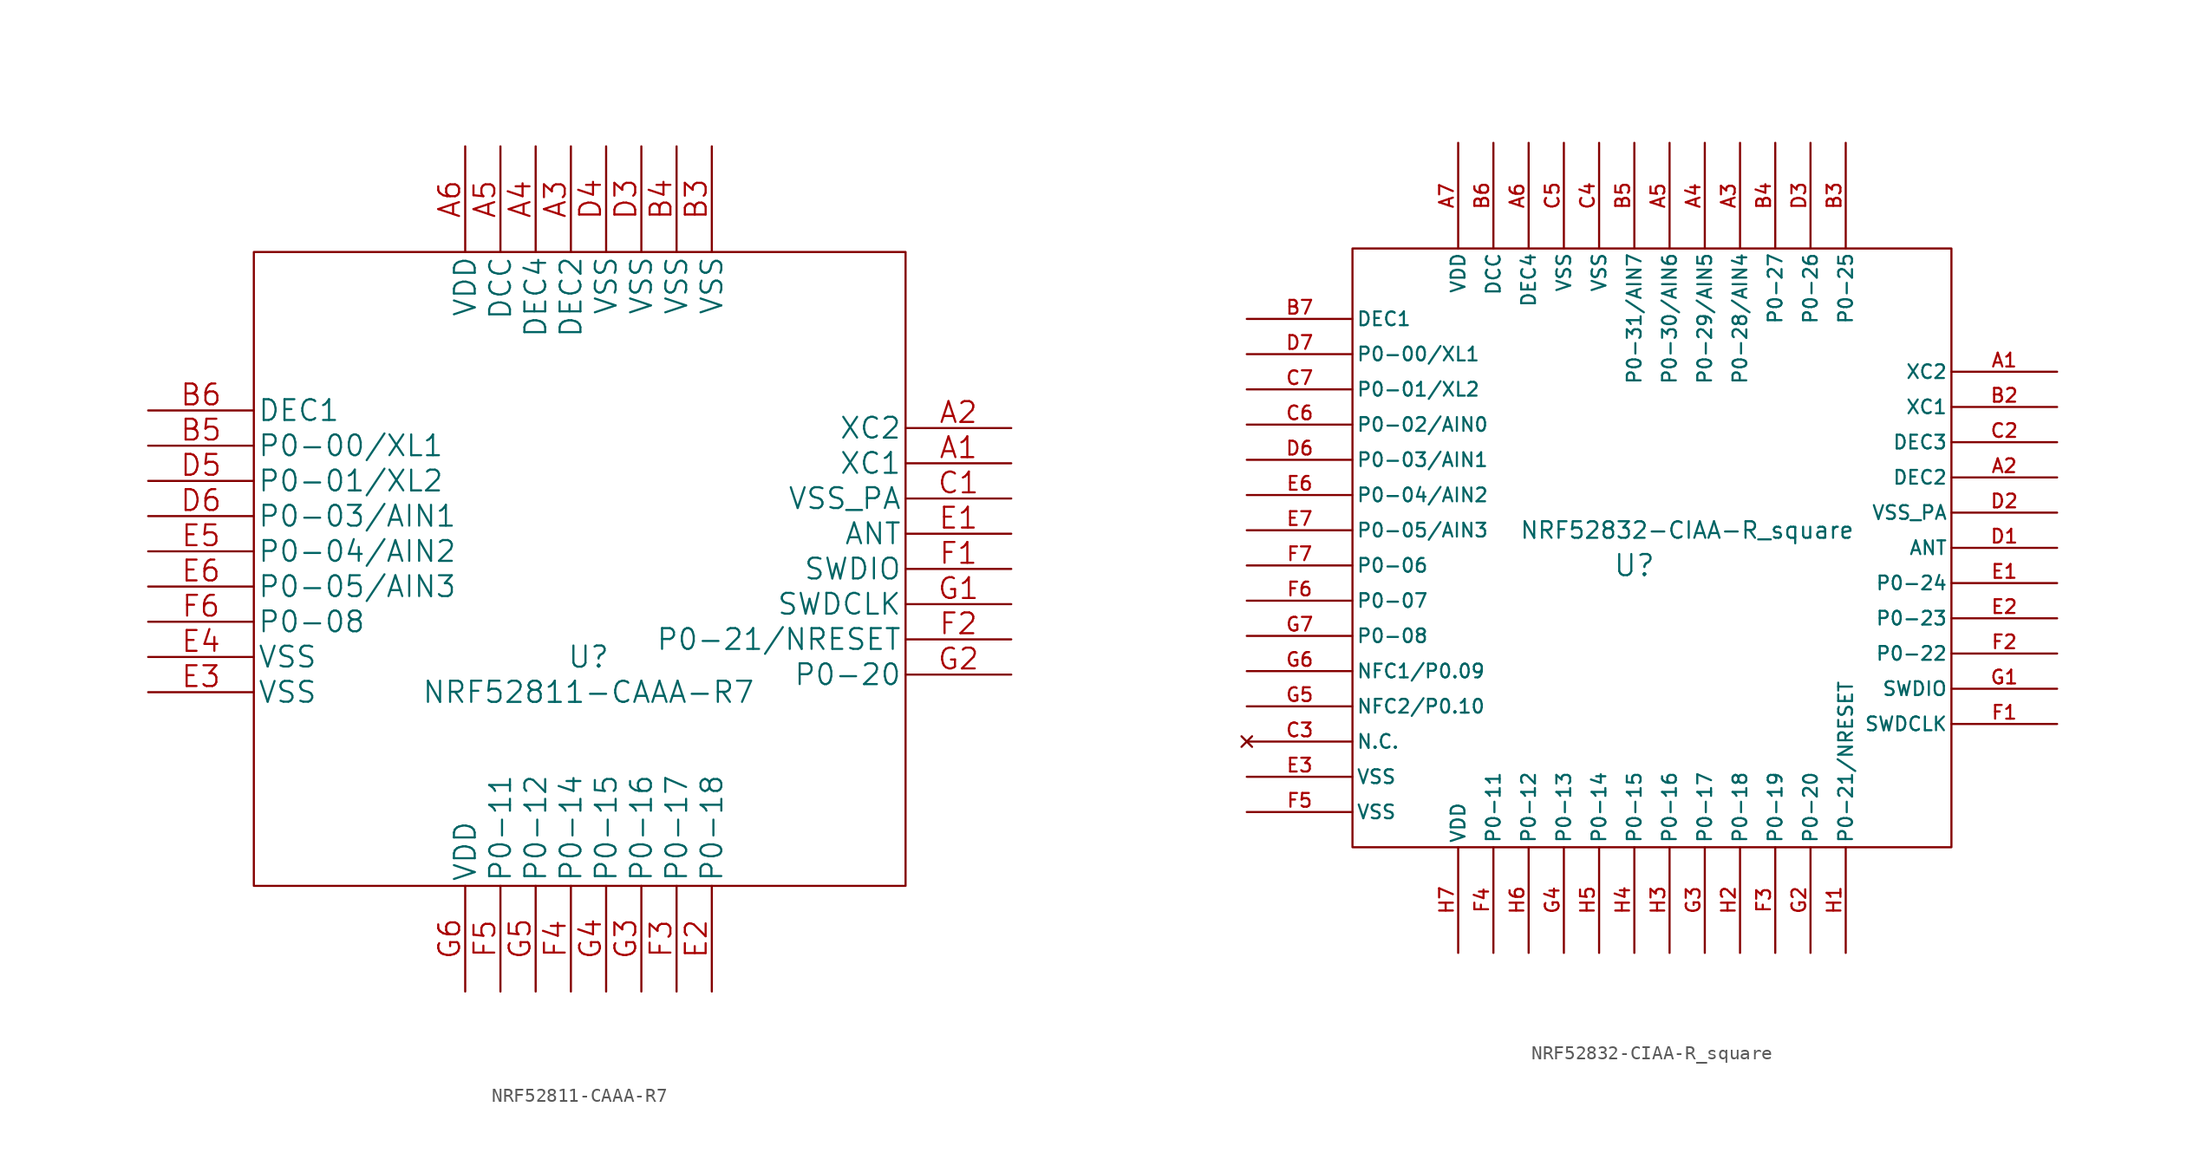
<source format=kicad_sym>
(kicad_symbol_lib
  (version 20220914)
  (generator kicad_symbol_editor)
  (symbol "NRF52811-CAAA-R7"
    (pin_names
      (offset 0.254))
    (property "Reference" "U"
      (at 0 -7.62 0)
      (effects (font (size 1.524 1.524))))
    (property "Value" "NRF52811-CAAA-R7"
      (at 0 -10.16 0)
      (effects (font (size 1.524 1.524))))
    (property "Datasheet" ""
      (at -12.7 21.59 90)
      (effects (font (size 1.524 1.524))))
    (symbol "NRF52811-CAAA-R7_1_1"
      (rectangle (start -24.13 21.59) (end 22.86 -24.13) (stroke (width 0) (type solid)) (fill (type none)))
      (pin input line (at 30.48 6.35 180) (length 7.62) (name "XC1" (effects (font (size 1.499 1.499)))) (number "A1" (effects (font (size 1.499 1.499)))))
      (pin input line (at 30.48 8.89 180) (length 7.62) (name "XC2" (effects (font (size 1.499 1.499)))) (number "A2" (effects (font (size 1.499 1.499)))))
      (pin unspecified line (at -1.27 29.21 270) (length 7.62) (name "DEC2" (effects (font (size 1.499 1.499)))) (number "A3" (effects (font (size 1.499 1.499)))))
      (pin unspecified line (at -3.81 29.21 270) (length 7.62) (name "DEC4" (effects (font (size 1.499 1.499)))) (number "A4" (effects (font (size 1.499 1.499)))))
      (pin output line (at -6.35 29.21 270) (length 7.62) (name "DCC" (effects (font (size 1.499 1.499)))) (number "A5" (effects (font (size 1.499 1.499)))))
      (pin power_in line (at -8.89 29.21 270) (length 7.62) (name "VDD" (effects (font (size 1.499 1.499)))) (number "A6" (effects (font (size 1.499 1.499)))))
      (pin power_in line (at 8.89 29.21 270) (length 7.62) (name "VSS" (effects (font (size 1.499 1.499)))) (number "B3" (effects (font (size 1.499 1.499)))))
      (pin power_in line (at 6.35 29.21 270) (length 7.62) (name "VSS" (effects (font (size 1.499 1.499)))) (number "B4" (effects (font (size 1.499 1.499)))))
      (pin bidirectional line (at -31.75 7.62 0) (length 7.62) (name "P0-00/XL1" (effects (font (size 1.499 1.499)))) (number "B5" (effects (font (size 1.499 1.499)))))
      (pin unspecified line (at -31.75 10.16 0) (length 7.62) (name "DEC1" (effects (font (size 1.499 1.499)))) (number "B6" (effects (font (size 1.499 1.499)))))
      (pin power_in line (at 30.48 3.81 180) (length 7.62) (name "VSS_PA" (effects (font (size 1.499 1.499)))) (number "C1" (effects (font (size 1.499 1.499)))))
      (pin power_in line (at 3.81 29.21 270) (length 7.62) (name "VSS" (effects (font (size 1.499 1.499)))) (number "D3" (effects (font (size 1.499 1.499)))))
      (pin power_in line (at 1.27 29.21 270) (length 7.62) (name "VSS" (effects (font (size 1.499 1.499)))) (number "D4" (effects (font (size 1.499 1.499)))))
      (pin bidirectional line (at -31.75 5.08 0) (length 7.62) (name "P0-01/XL2" (effects (font (size 1.499 1.499)))) (number "D5" (effects (font (size 1.499 1.499)))))
      (pin bidirectional line (at -31.75 2.54 0) (length 7.62) (name "P0-03/AIN1" (effects (font (size 1.499 1.499)))) (number "D6" (effects (font (size 1.499 1.499)))))
      (pin unspecified line (at 30.48 1.27 180) (length 7.62) (name "ANT" (effects (font (size 1.499 1.499)))) (number "E1" (effects (font (size 1.499 1.499)))))
      (pin bidirectional line (at 8.89 -31.75 90) (length 7.62) (name "P0-18" (effects (font (size 1.499 1.499)))) (number "E2" (effects (font (size 1.499 1.499)))))
      (pin power_in line (at -31.75 -10.16 0) (length 7.62) (name "VSS" (effects (font (size 1.499 1.499)))) (number "E3" (effects (font (size 1.499 1.499)))))
      (pin power_in line (at -31.75 -7.62 0) (length 7.62) (name "VSS" (effects (font (size 1.499 1.499)))) (number "E4" (effects (font (size 1.499 1.499)))))
      (pin bidirectional line (at -31.75 0 0) (length 7.62) (name "P0-04/AIN2" (effects (font (size 1.499 1.499)))) (number "E5" (effects (font (size 1.499 1.499)))))
      (pin bidirectional line (at -31.75 -2.54 0) (length 7.62) (name "P0-05/AIN3" (effects (font (size 1.499 1.499)))) (number "E6" (effects (font (size 1.499 1.499)))))
      (pin bidirectional line (at 30.48 -1.27 180) (length 7.62) (name "SWDIO" (effects (font (size 1.499 1.499)))) (number "F1" (effects (font (size 1.499 1.499)))))
      (pin bidirectional line (at 30.48 -6.35 180) (length 7.62) (name "P0-21/NRESET" (effects (font (size 1.499 1.499)))) (number "F2" (effects (font (size 1.499 1.499)))))
      (pin bidirectional line (at 6.35 -31.75 90) (length 7.62) (name "P0-17" (effects (font (size 1.499 1.499)))) (number "F3" (effects (font (size 1.499 1.499)))))
      (pin bidirectional line (at -1.27 -31.75 90) (length 7.62) (name "P0-14" (effects (font (size 1.499 1.499)))) (number "F4" (effects (font (size 1.499 1.499)))))
      (pin bidirectional line (at -6.35 -31.75 90) (length 7.62) (name "P0-11" (effects (font (size 1.499 1.499)))) (number "F5" (effects (font (size 1.499 1.499)))))
      (pin bidirectional line (at -31.75 -5.08 0) (length 7.62) (name "P0-08" (effects (font (size 1.499 1.499)))) (number "F6" (effects (font (size 1.499 1.499)))))
      (pin input line (at 30.48 -3.81 180) (length 7.62) (name "SWDCLK" (effects (font (size 1.499 1.499)))) (number "G1" (effects (font (size 1.499 1.499)))))
      (pin bidirectional line (at 30.48 -8.89 180) (length 7.62) (name "P0-20" (effects (font (size 1.499 1.499)))) (number "G2" (effects (font (size 1.499 1.499)))))
      (pin bidirectional line (at 3.81 -31.75 90) (length 7.62) (name "P0-16" (effects (font (size 1.499 1.499)))) (number "G3" (effects (font (size 1.499 1.499)))))
      (pin bidirectional line (at 1.27 -31.75 90) (length 7.62) (name "P0-15" (effects (font (size 1.499 1.499)))) (number "G4" (effects (font (size 1.499 1.499)))))
      (pin bidirectional line (at -3.81 -31.75 90) (length 7.62) (name "P0-12" (effects (font (size 1.499 1.499)))) (number "G5" (effects (font (size 1.499 1.499)))))
      (pin power_in line (at -8.89 -31.75 90) (length 7.62) (name "VDD" (effects (font (size 1.499 1.499)))) (number "G6" (effects (font (size 1.499 1.499)))))))
  (symbol "NRF52832-CIAA-R_square"
    (pin_names
      (offset 0.254))
    (property "Reference" "U"
      (at -1.27 -1.27 0)
      (effects (font (size 1.524 1.524))))
    (property "Value" "NRF52832-CIAA-R_square"
      (at 2.54 1.27 0)
      (effects (font (size 1.194 1.194))))
    (property "Datasheet" ""
      (at -29.21 16.51 0)
      (effects (font (size 1.524 1.524))))
    (symbol "NRF52832-CIAA-R_square_1_1"
      (rectangle (start -21.59 21.59) (end 21.59 -21.59) (stroke (width 0) (type solid)) (fill (type none)))
      (pin input line (at 29.21 12.7 180) (length 7.62) (name "XC2" (effects (font (size 0.991 0.991)))) (number "A1" (effects (font (size 0.991 0.991)))))
      (pin power_in line (at 29.21 5.08 180) (length 7.62) (name "DEC2" (effects (font (size 0.991 0.991)))) (number "A2" (effects (font (size 0.991 0.991)))))
      (pin bidirectional line (at 6.35 29.21 270) (length 7.62) (name "P0-28/AIN4" (effects (font (size 0.991 0.991)))) (number "A3" (effects (font (size 0.991 0.991)))))
      (pin bidirectional line (at 3.81 29.21 270) (length 7.62) (name "P0-29/AIN5" (effects (font (size 0.991 0.991)))) (number "A4" (effects (font (size 0.991 0.991)))))
      (pin bidirectional line (at 1.27 29.21 270) (length 7.62) (name "P0-30/AIN6" (effects (font (size 0.991 0.991)))) (number "A5" (effects (font (size 0.991 0.991)))))
      (pin power_in line (at -8.89 29.21 270) (length 7.62) (name "DEC4" (effects (font (size 0.991 0.991)))) (number "A6" (effects (font (size 0.991 0.991)))))
      (pin power_in line (at -13.97 29.21 270) (length 7.62) (name "VDD" (effects (font (size 0.991 0.991)))) (number "A7" (effects (font (size 0.991 0.991)))))
      (pin input line (at 29.21 10.16 180) (length 7.62) (name "XC1" (effects (font (size 0.991 0.991)))) (number "B2" (effects (font (size 0.991 0.991)))))
      (pin bidirectional line (at 13.97 29.21 270) (length 7.62) (name "P0-25" (effects (font (size 0.991 0.991)))) (number "B3" (effects (font (size 0.991 0.991)))))
      (pin bidirectional line (at 8.89 29.21 270) (length 7.62) (name "P0-27" (effects (font (size 0.991 0.991)))) (number "B4" (effects (font (size 0.991 0.991)))))
      (pin bidirectional line (at -1.27 29.21 270) (length 7.62) (name "P0-31/AIN7" (effects (font (size 0.991 0.991)))) (number "B5" (effects (font (size 0.991 0.991)))))
      (pin power_in line (at -11.43 29.21 270) (length 7.62) (name "DCC" (effects (font (size 0.991 0.991)))) (number "B6" (effects (font (size 0.991 0.991)))))
      (pin power_in line (at -29.21 16.51 0) (length 7.62) (name "DEC1" (effects (font (size 0.991 0.991)))) (number "B7" (effects (font (size 0.991 0.991)))))
      (pin power_in line (at 29.21 7.62 180) (length 7.62) (name "DEC3" (effects (font (size 0.991 0.991)))) (number "C2" (effects (font (size 0.991 0.991)))))
      (pin no_connect line (at -29.21 -13.97 0) (length 7.62) (name "N.C." (effects (font (size 0.991 0.991)))) (number "C3" (effects (font (size 0.991 0.991)))))
      (pin power_in line (at -3.81 29.21 270) (length 7.62) (name "VSS" (effects (font (size 0.991 0.991)))) (number "C4" (effects (font (size 0.991 0.991)))))
      (pin power_in line (at -6.35 29.21 270) (length 7.62) (name "VSS" (effects (font (size 0.991 0.991)))) (number "C5" (effects (font (size 0.991 0.991)))))
      (pin bidirectional line (at -29.21 8.89 0) (length 7.62) (name "P0-02/AIN0" (effects (font (size 0.991 0.991)))) (number "C6" (effects (font (size 0.991 0.991)))))
      (pin bidirectional line (at -29.21 11.43 0) (length 7.62) (name "P0-01/XL2" (effects (font (size 0.991 0.991)))) (number "C7" (effects (font (size 0.991 0.991)))))
      (pin unspecified line (at 29.21 0 180) (length 7.62) (name "ANT" (effects (font (size 0.991 0.991)))) (number "D1" (effects (font (size 0.991 0.991)))))
      (pin power_in line (at 29.21 2.54 180) (length 7.62) (name "VSS_PA" (effects (font (size 0.991 0.991)))) (number "D2" (effects (font (size 0.991 0.991)))))
      (pin bidirectional line (at 11.43 29.21 270) (length 7.62) (name "P0-26" (effects (font (size 0.991 0.991)))) (number "D3" (effects (font (size 0.991 0.991)))))
      (pin bidirectional line (at -29.21 6.35 0) (length 7.62) (name "P0-03/AIN1" (effects (font (size 0.991 0.991)))) (number "D6" (effects (font (size 0.991 0.991)))))
      (pin bidirectional line (at -29.21 13.97 0) (length 7.62) (name "P0-00/XL1" (effects (font (size 0.991 0.991)))) (number "D7" (effects (font (size 0.991 0.991)))))
      (pin bidirectional line (at 29.21 -2.54 180) (length 7.62) (name "P0-24" (effects (font (size 0.991 0.991)))) (number "E1" (effects (font (size 0.991 0.991)))))
      (pin bidirectional line (at 29.21 -5.08 180) (length 7.62) (name "P0-23" (effects (font (size 0.991 0.991)))) (number "E2" (effects (font (size 0.991 0.991)))))
      (pin bidirectional line (at -29.21 -16.51 0) (length 7.62) (name "VSS" (effects (font (size 0.991 0.991)))) (number "E3" (effects (font (size 0.991 0.991)))))
      (pin bidirectional line (at -29.21 3.81 0) (length 7.62) (name "P0-04/AIN2" (effects (font (size 0.991 0.991)))) (number "E6" (effects (font (size 0.991 0.991)))))
      (pin bidirectional line (at -29.21 1.27 0) (length 7.62) (name "P0-05/AIN3" (effects (font (size 0.991 0.991)))) (number "E7" (effects (font (size 0.991 0.991)))))
      (pin input line (at 29.21 -12.7 180) (length 7.62) (name "SWDCLK" (effects (font (size 0.991 0.991)))) (number "F1" (effects (font (size 0.991 0.991)))))
      (pin bidirectional line (at 29.21 -7.62 180) (length 7.62) (name "P0-22" (effects (font (size 0.991 0.991)))) (number "F2" (effects (font (size 0.991 0.991)))))
      (pin bidirectional line (at 8.89 -29.21 90) (length 7.62) (name "P0-19" (effects (font (size 0.991 0.991)))) (number "F3" (effects (font (size 0.991 0.991)))))
      (pin bidirectional line (at -11.43 -29.21 90) (length 7.62) (name "P0-11" (effects (font (size 0.991 0.991)))) (number "F4" (effects (font (size 0.991 0.991)))))
      (pin bidirectional line (at -29.21 -19.05 0) (length 7.62) (name "VSS" (effects (font (size 0.991 0.991)))) (number "F5" (effects (font (size 0.991 0.991)))))
      (pin bidirectional line (at -29.21 -3.81 0) (length 7.62) (name "P0-07" (effects (font (size 0.991 0.991)))) (number "F6" (effects (font (size 0.991 0.991)))))
      (pin bidirectional line (at -29.21 -1.27 0) (length 7.62) (name "P0-06" (effects (font (size 0.991 0.991)))) (number "F7" (effects (font (size 0.991 0.991)))))
      (pin bidirectional line (at 29.21 -10.16 180) (length 7.62) (name "SWDIO" (effects (font (size 0.991 0.991)))) (number "G1" (effects (font (size 0.991 0.991)))))
      (pin bidirectional line (at 11.43 -29.21 90) (length 7.62) (name "P0-20" (effects (font (size 0.991 0.991)))) (number "G2" (effects (font (size 0.991 0.991)))))
      (pin bidirectional line (at 3.81 -29.21 90) (length 7.62) (name "P0-17" (effects (font (size 0.991 0.991)))) (number "G3" (effects (font (size 0.991 0.991)))))
      (pin bidirectional line (at -6.35 -29.21 90) (length 7.62) (name "P0-13" (effects (font (size 0.991 0.991)))) (number "G4" (effects (font (size 0.991 0.991)))))
      (pin bidirectional line (at -29.21 -11.43 0) (length 7.62) (name "NFC2/P0.10" (effects (font (size 0.991 0.991)))) (number "G5" (effects (font (size 0.991 0.991)))))
      (pin bidirectional line (at -29.21 -8.89 0) (length 7.62) (name "NFC1/P0.09" (effects (font (size 0.991 0.991)))) (number "G6" (effects (font (size 0.991 0.991)))))
      (pin bidirectional line (at -29.21 -6.35 0) (length 7.62) (name "P0-08" (effects (font (size 0.991 0.991)))) (number "G7" (effects (font (size 0.991 0.991)))))
      (pin bidirectional line (at 13.97 -29.21 90) (length 7.62) (name "P0-21/NRESET" (effects (font (size 0.991 0.991)))) (number "H1" (effects (font (size 0.991 0.991)))))
      (pin bidirectional line (at 6.35 -29.21 90) (length 7.62) (name "P0-18" (effects (font (size 0.991 0.991)))) (number "H2" (effects (font (size 0.991 0.991)))))
      (pin bidirectional line (at 1.27 -29.21 90) (length 7.62) (name "P0-16" (effects (font (size 0.991 0.991)))) (number "H3" (effects (font (size 0.991 0.991)))))
      (pin bidirectional line (at -1.27 -29.21 90) (length 7.62) (name "P0-15" (effects (font (size 0.991 0.991)))) (number "H4" (effects (font (size 0.991 0.991)))))
      (pin bidirectional line (at -3.81 -29.21 90) (length 7.62) (name "P0-14" (effects (font (size 0.991 0.991)))) (number "H5" (effects (font (size 0.991 0.991)))))
      (pin bidirectional line (at -8.89 -29.21 90) (length 7.62) (name "P0-12" (effects (font (size 0.991 0.991)))) (number "H6" (effects (font (size 0.991 0.991)))))
      (pin power_in line (at -13.97 -29.21 90) (length 7.62) (name "VDD" (effects (font (size 0.991 0.991)))) (number "H7" (effects (font (size 0.991 0.991))))))))
</source>
